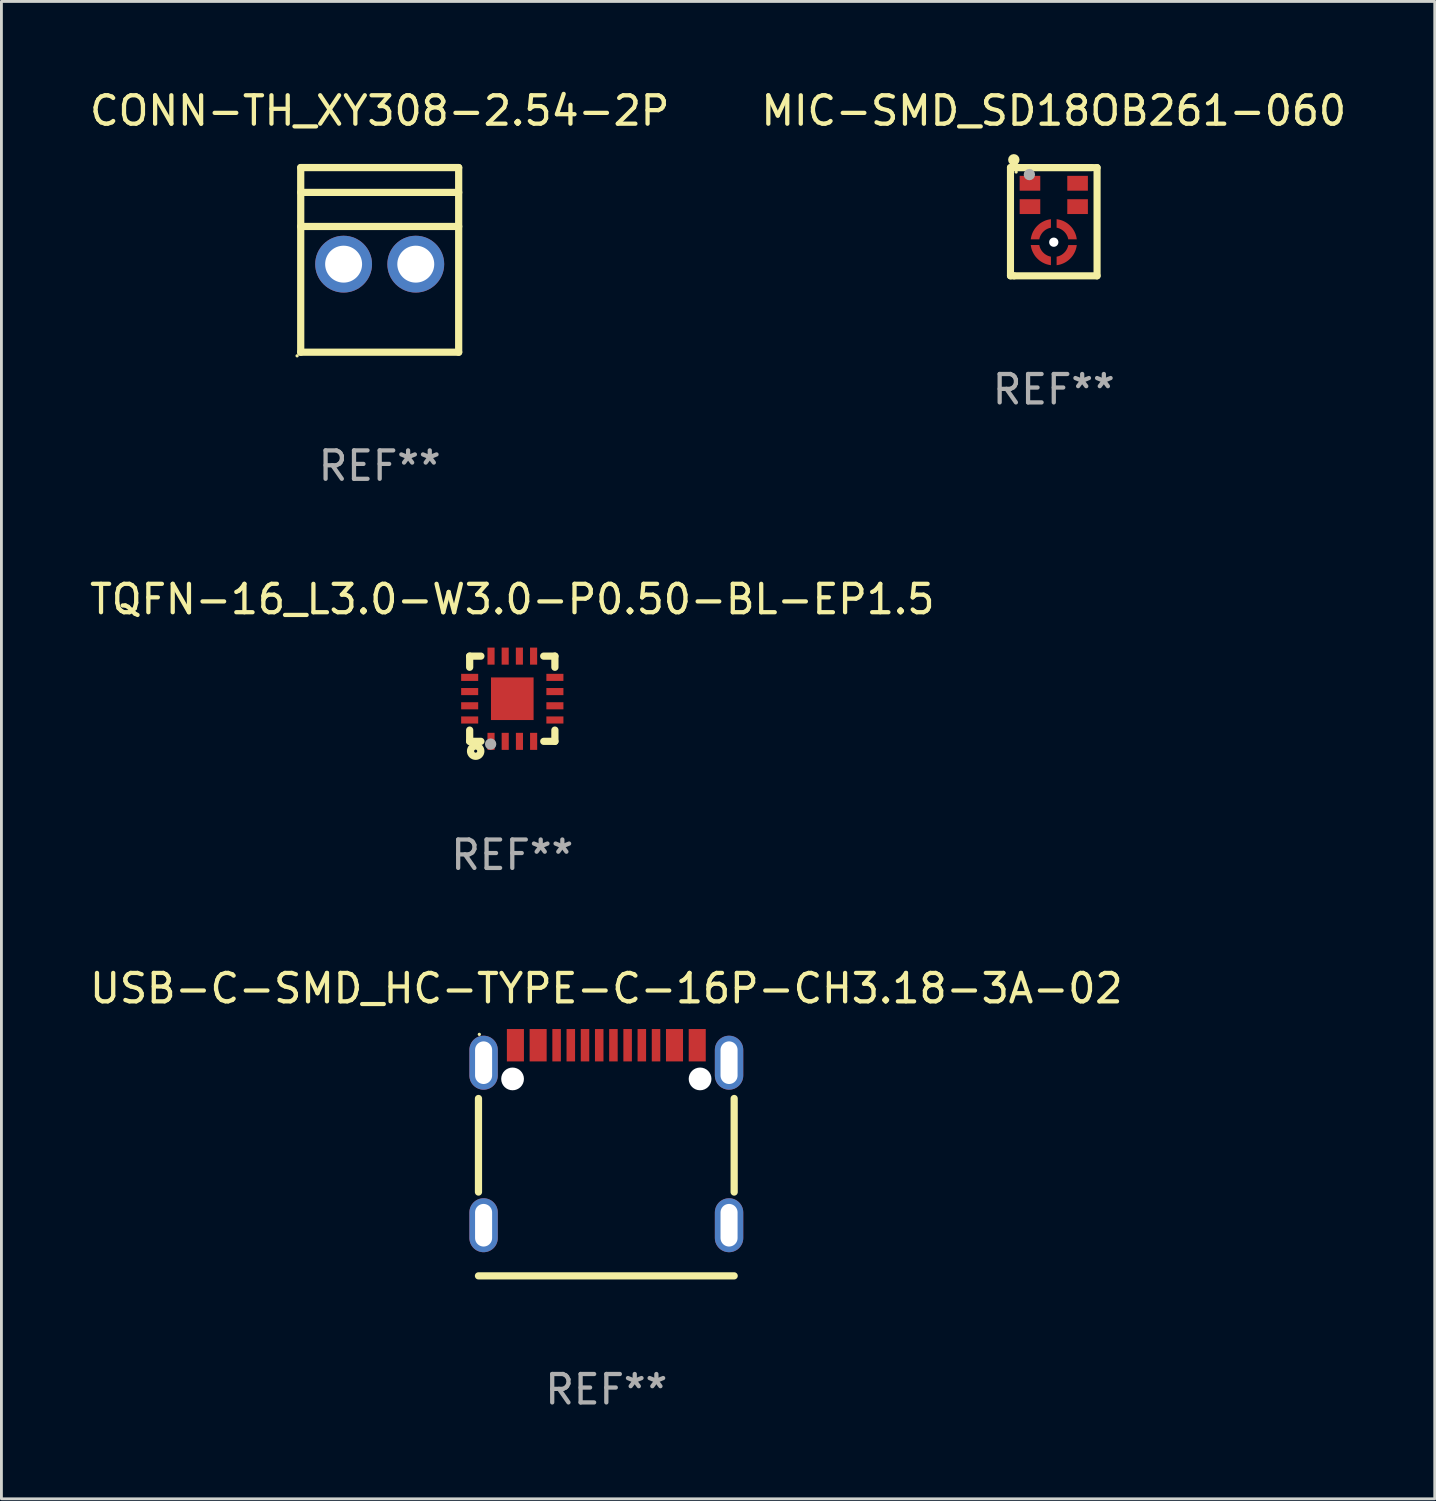
<source format=kicad_pcb>
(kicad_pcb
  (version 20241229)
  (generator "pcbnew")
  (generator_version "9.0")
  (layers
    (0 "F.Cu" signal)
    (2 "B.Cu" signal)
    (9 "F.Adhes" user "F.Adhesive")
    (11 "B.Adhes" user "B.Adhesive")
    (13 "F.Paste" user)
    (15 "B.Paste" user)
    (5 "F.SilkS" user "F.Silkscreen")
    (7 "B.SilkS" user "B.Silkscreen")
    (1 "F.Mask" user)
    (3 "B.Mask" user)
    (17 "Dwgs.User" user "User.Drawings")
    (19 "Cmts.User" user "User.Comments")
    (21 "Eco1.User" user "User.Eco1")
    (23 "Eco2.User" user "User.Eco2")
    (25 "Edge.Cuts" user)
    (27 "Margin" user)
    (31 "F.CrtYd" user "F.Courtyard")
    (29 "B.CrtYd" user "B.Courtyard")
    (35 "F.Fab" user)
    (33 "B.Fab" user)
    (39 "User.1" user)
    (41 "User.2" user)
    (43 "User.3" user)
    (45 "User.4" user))
  (footprint "MIC-SMD_SD18OB261-060"
    (layer "F.Cu")
    (at 34.042 4.671)
    (property "Reference" "MIC-SMD_SD18OB261-060" (at -0.000051 -3.822 0) (layer "F.SilkS") (effects (font (size 1 1) (thickness 0.15))))
    (attr smd)
    (fp_line (start -1.524 -1.822) (end 1.524 -1.822) (stroke (width 0.25) (type solid)) (layer "F.SilkS"))
    (fp_line (start -1.524 1.988) (end -1.524 -1.822) (stroke (width 0.25) (type solid)) (layer "F.SilkS"))
    (fp_line (start -1.397 1.988) (end -1.524 1.988) (stroke (width 0.25) (type solid)) (layer "F.SilkS"))
    (fp_line (start -1.397 1.988) (end 1.524 1.988) (stroke (width 0.25) (type solid)) (layer "F.SilkS"))
    (fp_line (start 1.325 -1.822) (end -1.325 -1.822) (stroke (width 0.25) (type solid)) (layer "F.SilkS"))
    (fp_line (start 1.524 1.988) (end 1.524 -1.822) (stroke (width 0.25) (type solid)) (layer "F.SilkS"))
    (fp_circle (center -1.406 -2.096) (end -1.305 -2.096) (stroke (width 0.2) (type solid)) (fill no) (layer "F.SilkS"))
    (fp_circle (center -1.325 -1.667) (end -1.295 -1.667) (stroke (width 0.06) (type solid)) (fill no) (layer "F.SilkS"))
    (fp_circle (center -0.859 -1.576) (end -0.759 -1.576) (stroke (width 0.2) (type solid)) (fill no) (layer "F.Fab"))
    (fp_text user "REF**" (at -0.000051 5.988 0) (layer "F.Fab") (effects (font (size 1 1) (thickness 0.15))))
    (pad "" np_thru_hole circle (at -0.000127 0.804) (size 0.325 0.325) (drill 0.325) (layers "*.Cu" "*.Mask"))
    (pad "1" smd rect (at -0.838 -1.27) (size 0.725 0.522) (layers "F.Cu" "F.Mask" "F.Paste"))
    (pad "2" smd rect (at -0.838 -0.448) (size 0.725 0.522) (layers "F.Cu" "F.Mask" "F.Paste"))
    (pad "3" smd custom (at -0.467 0.349) (size 0.1 0.1) (layers "F.Cu" "F.Mask" "F.Paste") (options (anchor circle)) (primitives (gr_poly (pts (xy 0.367 -0.355) (xy 0.367 -0.055) (xy 0.335 -0.048) (xy 0.304 -0.039) (xy 0.273 -0.029) (xy 0.243 -0.016) (xy 0.214 -0.001) (xy 0.186 0.015) (xy 0.159 0.033) (xy 0.134 0.053) (xy 0.109 0.075) (xy 0.086 0.098) (xy 0.065 0.122) (xy 0.045 0.148) (xy 0.027 0.175) (xy 0.01 0.203) (xy -0.004 0.232) (xy -0.017 0.261) (xy -0.028 0.292) (xy -0.037 0.323) (xy -0.043 0.355) (xy -0.343 0.355) (xy -0.337 0.314) (xy -0.329 0.273) (xy -0.319 0.232) (xy -0.307 0.193) (xy -0.293 0.153) (xy -0.277 0.115) (xy -0.259 0.078) (xy -0.238 0.041) (xy -0.217 0.006) (xy -0.193 -0.029) (xy -0.167 -0.062) (xy -0.14 -0.093) (xy -0.112 -0.123) (xy -0.081 -0.152) (xy -0.05 -0.179) (xy -0.017 -0.205) (xy 0.017 -0.228) (xy 0.053 -0.25) (xy 0.089 -0.27) (xy 0.127 -0.288) (xy 0.165 -0.305) (xy 0.204 -0.319) (xy 0.244 -0.331) (xy 0.285 -0.341) (xy 0.325 -0.349) (xy 0.367 -0.355)) (width 0) (fill yes))))
    (pad "3" smd custom (at -0.455 1.27) (size 0.1 0.1) (layers "F.Cu" "F.Mask" "F.Paste") (options (anchor circle)) (primitives (gr_poly (pts (xy -0.355 -0.367) (xy -0.055 -0.367) (xy -0.048 -0.335) (xy -0.039 -0.304) (xy -0.029 -0.273) (xy -0.016 -0.243) (xy -0.001 -0.214) (xy 0.015 -0.186) (xy 0.033 -0.16) (xy 0.053 -0.134) (xy 0.075 -0.11) (xy 0.098 -0.087) (xy 0.122 -0.065) (xy 0.148 -0.045) (xy 0.175 -0.027) (xy 0.203 -0.011) (xy 0.231 0.004) (xy 0.261 0.017) (xy 0.292 0.027) (xy 0.323 0.036) (xy 0.355 0.043) (xy 0.355 0.343) (xy 0.314 0.337) (xy 0.273 0.329) (xy 0.232 0.319) (xy 0.193 0.307) (xy 0.153 0.293) (xy 0.115 0.276) (xy 0.078 0.258) (xy 0.041 0.238) (xy 0.006 0.216) (xy -0.029 0.193) (xy -0.062 0.167) (xy -0.093 0.14) (xy -0.123 0.111) (xy -0.152 0.081) (xy -0.179 0.05) (xy -0.205 0.017) (xy -0.228 -0.018) (xy -0.25 -0.053) (xy -0.27 -0.09) (xy -0.288 -0.127) (xy -0.305 -0.165) (xy -0.319 -0.205) (xy -0.331 -0.244) (xy -0.341 -0.285) (xy -0.349 -0.326) (xy -0.355 -0.367)) (width 0) (fill yes))))
    (pad "3" smd custom (at 0.455 0.337) (size 0.1 0.1) (layers "F.Cu" "F.Mask" "F.Paste") (options (anchor circle)) (primitives (gr_poly (pts (xy 0.355 0.367) (xy 0.055 0.367) (xy 0.048 0.335) (xy 0.039 0.304) (xy 0.029 0.273) (xy 0.016 0.243) (xy 0.001 0.214) (xy -0.015 0.186) (xy -0.033 0.159) (xy -0.053 0.134) (xy -0.075 0.109) (xy -0.098 0.086) (xy -0.122 0.065) (xy -0.148 0.045) (xy -0.175 0.027) (xy -0.203 0.01) (xy -0.232 -0.004) (xy -0.261 -0.017) (xy -0.292 -0.028) (xy -0.323 -0.037) (xy -0.355 -0.043) (xy -0.355 -0.343) (xy -0.314 -0.337) (xy -0.273 -0.329) (xy -0.232 -0.319) (xy -0.193 -0.307) (xy -0.153 -0.293) (xy -0.115 -0.277) (xy -0.078 -0.259) (xy -0.041 -0.239) (xy -0.006 -0.217) (xy 0.029 -0.193) (xy 0.062 -0.167) (xy 0.093 -0.14) (xy 0.123 -0.112) (xy 0.152 -0.081) (xy 0.179 -0.05) (xy 0.205 -0.017) (xy 0.228 0.017) (xy 0.25 0.053) (xy 0.27 0.089) (xy 0.288 0.127) (xy 0.305 0.165) (xy 0.319 0.204) (xy 0.331 0.244) (xy 0.341 0.285) (xy 0.349 0.325) (xy 0.355 0.367)) (width 0) (fill yes))))
    (pad "3" smd custom (at 0.467 1.259) (size 0.1 0.1) (layers "F.Cu" "F.Mask" "F.Paste") (options (anchor circle)) (primitives (gr_poly (pts (xy -0.367 0.355) (xy -0.367 0.055) (xy -0.335 0.048) (xy -0.304 0.039) (xy -0.273 0.028) (xy -0.243 0.016) (xy -0.214 0.001) (xy -0.186 -0.015) (xy -0.16 -0.034) (xy -0.134 -0.053) (xy -0.11 -0.075) (xy -0.087 -0.098) (xy -0.065 -0.122) (xy -0.045 -0.148) (xy -0.027 -0.175) (xy -0.011 -0.203) (xy 0.004 -0.232) (xy 0.017 -0.262) (xy 0.027 -0.292) (xy 0.036 -0.323) (xy 0.043 -0.355) (xy 0.343 -0.355) (xy 0.337 -0.314) (xy 0.329 -0.273) (xy 0.319 -0.233) (xy 0.307 -0.193) (xy 0.293 -0.154) (xy 0.276 -0.115) (xy 0.258 -0.078) (xy 0.238 -0.041) (xy 0.216 -0.006) (xy 0.193 0.028) (xy 0.167 0.061) (xy 0.14 0.093) (xy 0.111 0.123) (xy 0.081 0.152) (xy 0.05 0.179) (xy 0.017 0.204) (xy -0.018 0.228) (xy -0.053 0.25) (xy -0.09 0.27) (xy -0.127 0.288) (xy -0.165 0.304) (xy -0.205 0.319) (xy -0.244 0.331) (xy -0.285 0.341) (xy -0.326 0.349) (xy -0.367 0.355)) (width 0) (fill yes))))
    (pad "4" smd rect (at 0.838 -0.448) (size 0.725 0.522) (layers "F.Cu" "F.Mask" "F.Paste"))
    (pad "5" smd rect (at 0.838 -1.27) (size 0.725 0.522) (layers "F.Cu" "F.Mask" "F.Paste")))
  (footprint "USB-C-SMD_HC-TYPE-C-16P-CH3.18-3A-02"
    (layer "F.Cu")
    (at 18.292 36.909)
    (property "Reference" "USB-C-SMD_HC-TYPE-C-16P-CH3.18-3A-02" (at 0.000102 -5.168 0) (layer "F.SilkS") (effects (font (size 1 1) (thickness 0.15))))
    (attr through_hole)
    (fp_line (start -4.5 2) (end -4.5 -1.293) (stroke (width 0.254) (type solid)) (layer "F.SilkS"))
    (fp_line (start 4.5 2) (end 4.5 -1.293) (stroke (width 0.254) (type solid)) (layer "F.SilkS"))
    (fp_line (start 4.5 4.95) (end -4.5 4.95) (stroke (width 0.254) (type solid)) (layer "F.SilkS"))
    (fp_circle (center -4.47 -3.55) (end -4.44 -3.55) (stroke (width 0.06) (type solid)) (fill no) (layer "F.SilkS"))
    (fp_circle (center -3.3 -1.982) (end -3.15 -1.982) (stroke (width 0.3) (type solid)) (fill no) (layer "F.Fab"))
    (fp_circle (center 3.3 -1.982) (end 3.45 -1.982) (stroke (width 0.3) (type solid)) (fill no) (layer "F.Fab"))
    (fp_text user "REF**" (at 0.000102 8.95 0) (layer "F.Fab") (effects (font (size 1 1) (thickness 0.15))))
    (pad "" np_thru_hole circle (at -3.3 -1.982) (size 0.8 0.8) (drill 0.8) (layers "*.Cu" "*.Mask"))
    (pad "" np_thru_hole circle (at 3.3 -1.982) (size 0.8 0.8) (drill 0.8) (layers "*.Cu" "*.Mask"))
    (pad "1" thru_hole oval (at -4.32 3.168) (size 1 1.9) (drill oval 0.6 1.5) (layers "*.Cu" "*.Mask"))
    (pad "1" thru_hole oval (at -4.32 -2.553) (size 1 1.9) (drill oval 0.6 1.5) (layers "*.Cu" "*.Mask"))
    (pad "1" thru_hole oval (at 4.32 -2.553) (size 1 1.9) (drill oval 0.6 1.5) (layers "*.Cu" "*.Mask"))
    (pad "1" thru_hole oval (at 4.32 3.168) (size 1 1.9) (drill oval 0.6 1.5) (layers "*.Cu" "*.Mask"))
    (pad "A1/B12" smd rect (at -3.2 -3.168) (size 0.6 1.14) (layers "F.Cu" "F.Mask" "F.Paste"))
    (pad "A4/B9" smd rect (at -2.4 -3.168) (size 0.6 1.14) (layers "F.Cu" "F.Mask" "F.Paste"))
    (pad "A5" smd rect (at -1.25 -3.168) (size 0.3 1.14) (layers "F.Cu" "F.Mask" "F.Paste"))
    (pad "A6" smd rect (at -0.25 -3.168) (size 0.3 1.14) (layers "F.Cu" "F.Mask" "F.Paste"))
    (pad "A7" smd rect (at 0.25 -3.168) (size 0.3 1.14) (layers "F.Cu" "F.Mask" "F.Paste"))
    (pad "A8" smd rect (at 1.25 -3.168) (size 0.3 1.14) (layers "F.Cu" "F.Mask" "F.Paste"))
    (pad "B1/A12" smd rect (at 3.2 -3.168) (size 0.6 1.14) (layers "F.Cu" "F.Mask" "F.Paste"))
    (pad "B4/A9" smd rect (at 2.4 -3.168) (size 0.6 1.14) (layers "F.Cu" "F.Mask" "F.Paste"))
    (pad "B5" smd rect (at 1.75 -3.168) (size 0.3 1.14) (layers "F.Cu" "F.Mask" "F.Paste"))
    (pad "B6" smd rect (at 0.75 -3.168) (size 0.3 1.14) (layers "F.Cu" "F.Mask" "F.Paste"))
    (pad "B7" smd rect (at -0.75 -3.168) (size 0.3 1.14) (layers "F.Cu" "F.Mask" "F.Paste"))
    (pad "B8" smd rect (at -1.75 -3.168) (size 0.3 1.14) (layers "F.Cu" "F.Mask" "F.Paste")))
  (footprint "CONN-TH_XY308-2.54-2P"
    (layer "F.Cu")
    (at 10.315 6.248)
    (property "Reference" "CONN-TH_XY308-2.54-2P" (at 0 -5.4 0) (layer "F.SilkS") (effects (font (size 1 1) (thickness 0.15))))
    (attr through_hole)
    (fp_line (start -2.78 -3.4) (end -2.78 3.1) (stroke (width 0.254) (type solid)) (layer "F.SilkS"))
    (fp_line (start -2.78 -3.4) (end 2.78 -3.4) (stroke (width 0.254) (type solid)) (layer "F.SilkS"))
    (fp_line (start -2.78 -2.525) (end 2.78 -2.525) (stroke (width 0.254) (type solid)) (layer "F.SilkS"))
    (fp_line (start -2.78 -1.327) (end 2.78 -1.327) (stroke (width 0.254) (type solid)) (layer "F.SilkS"))
    (fp_line (start -2.78 3.1) (end 2.78 3.1) (stroke (width 0.254) (type solid)) (layer "F.SilkS"))
    (fp_line (start 2.78 -3.4) (end 2.78 3.1) (stroke (width 0.254) (type solid)) (layer "F.SilkS"))
    (fp_circle (center -2.907 3.227) (end -2.877 3.227) (stroke (width 0.06) (type solid)) (fill no) (layer "F.SilkS"))
    (fp_text user "REF**" (at 0 7.1 0) (layer "F.Fab") (effects (font (size 1 1) (thickness 0.15))))
    (pad "1" thru_hole circle (at -1.27 0) (size 2 2) (drill 1.3) (layers "*.Cu" "*.Mask"))
    (pad "2" thru_hole circle (at 1.27 0) (size 2 2) (drill 1.3) (layers "*.Cu" "*.Mask")))
  (footprint "TQFN-16_L3.0-W3.0-P0.50-BL-EP1.5"
    (layer "F.Cu")
    (at 14.982 21.545)
    (property "Reference" "TQFN-16_L3.0-W3.0-P0.50-BL-EP1.5" (at 0.000064 -3.5 0) (layer "F.SilkS") (effects (font (size 1 1) (thickness 0.15))))
    (attr smd)
    (fp_line (start -1.5 -1.5) (end -1.5 -1.108) (stroke (width 0.254) (type solid)) (layer "F.SilkS"))
    (fp_line (start -1.5 -1.5) (end -1.105 -1.5) (stroke (width 0.254) (type solid)) (layer "F.SilkS"))
    (fp_line (start -1.5 1.104) (end -1.5 1.5) (stroke (width 0.254) (type solid)) (layer "F.SilkS"))
    (fp_line (start -1.5 1.5) (end -1.105 1.5) (stroke (width 0.254) (type solid)) (layer "F.SilkS"))
    (fp_line (start 1.106 -1.5) (end 1.5 -1.5) (stroke (width 0.254) (type solid)) (layer "F.SilkS"))
    (fp_line (start 1.108 1.5) (end 1.5 1.5) (stroke (width 0.254) (type solid)) (layer "F.SilkS"))
    (fp_line (start 1.5 -1.108) (end 1.5 -1.5) (stroke (width 0.254) (type solid)) (layer "F.SilkS"))
    (fp_line (start 1.5 1.5) (end 1.5 1.104) (stroke (width 0.254) (type solid)) (layer "F.SilkS"))
    (fp_circle (center -1.5 1.5) (end -1.47 1.5) (stroke (width 0.06) (type solid)) (fill no) (layer "F.SilkS"))
    (fp_circle (center -1.289 1.845) (end -1.235 1.845) (stroke (width 0.254) (type solid)) (fill no) (layer "F.SilkS"))
    (fp_circle (center -0.762 1.596) (end -0.662 1.596) (stroke (width 0.2) (type solid)) (fill no) (layer "F.Fab"))
    (fp_text user "REF**" (at 0.000064 5.5 0) (layer "F.Fab") (effects (font (size 1 1) (thickness 0.15))))
    (pad "1" smd rect (at -0.748 1.5 180) (size 0.25 0.6) (layers "F.Cu" "F.Mask" "F.Paste"))
    (pad "2" smd rect (at -0.249 1.5 180) (size 0.25 0.6) (layers "F.Cu" "F.Mask" "F.Paste"))
    (pad "3" smd rect (at 0.252 1.5 180) (size 0.25 0.6) (layers "F.Cu" "F.Mask" "F.Paste"))
    (pad "4" smd rect (at 0.751 1.5 180) (size 0.25 0.6) (layers "F.Cu" "F.Mask" "F.Paste"))
    (pad "5" smd rect (at 1.5 0.748 270) (size 0.25 0.6) (layers "F.Cu" "F.Mask" "F.Paste"))
    (pad "6" smd rect (at 1.5 0.248 270) (size 0.25 0.6) (layers "F.Cu" "F.Mask" "F.Paste"))
    (pad "7" smd rect (at 1.5 -0.252 270) (size 0.25 0.6) (layers "F.Cu" "F.Mask" "F.Paste"))
    (pad "8" smd rect (at 1.5 -0.752 270) (size 0.25 0.6) (layers "F.Cu" "F.Mask" "F.Paste"))
    (pad "9" smd rect (at 0.75 -1.5) (size 0.25 0.6) (layers "F.Cu" "F.Mask" "F.Paste"))
    (pad "10" smd rect (at 0.25 -1.5) (size 0.25 0.6) (layers "F.Cu" "F.Mask" "F.Paste"))
    (pad "11" smd rect (at -0.25 -1.5) (size 0.25 0.6) (layers "F.Cu" "F.Mask" "F.Paste"))
    (pad "12" smd rect (at -0.748 -1.5) (size 0.25 0.6) (layers "F.Cu" "F.Mask" "F.Paste"))
    (pad "13" smd rect (at -1.5 -0.752 90) (size 0.25 0.6) (layers "F.Cu" "F.Mask" "F.Paste"))
    (pad "14" smd rect (at -1.5 -0.252 90) (size 0.25 0.6) (layers "F.Cu" "F.Mask" "F.Paste"))
    (pad "15" smd rect (at -1.5 0.248 90) (size 0.25 0.6) (layers "F.Cu" "F.Mask" "F.Paste"))
    (pad "16" smd rect (at -1.5 0.748 90) (size 0.25 0.6) (layers "F.Cu" "F.Mask" "F.Paste"))
    (pad "17" smd rect (at 0.000127 0.000127 90) (size 1.5 1.5) (layers "F.Cu" "F.Mask" "F.Paste")))
  (gr_rect
    (start -3 -3)
    (end 47.452 49.707)
    (stroke (width 0.1) (type default))
    (fill no)
    (layer "Edge.Cuts")))
</source>
